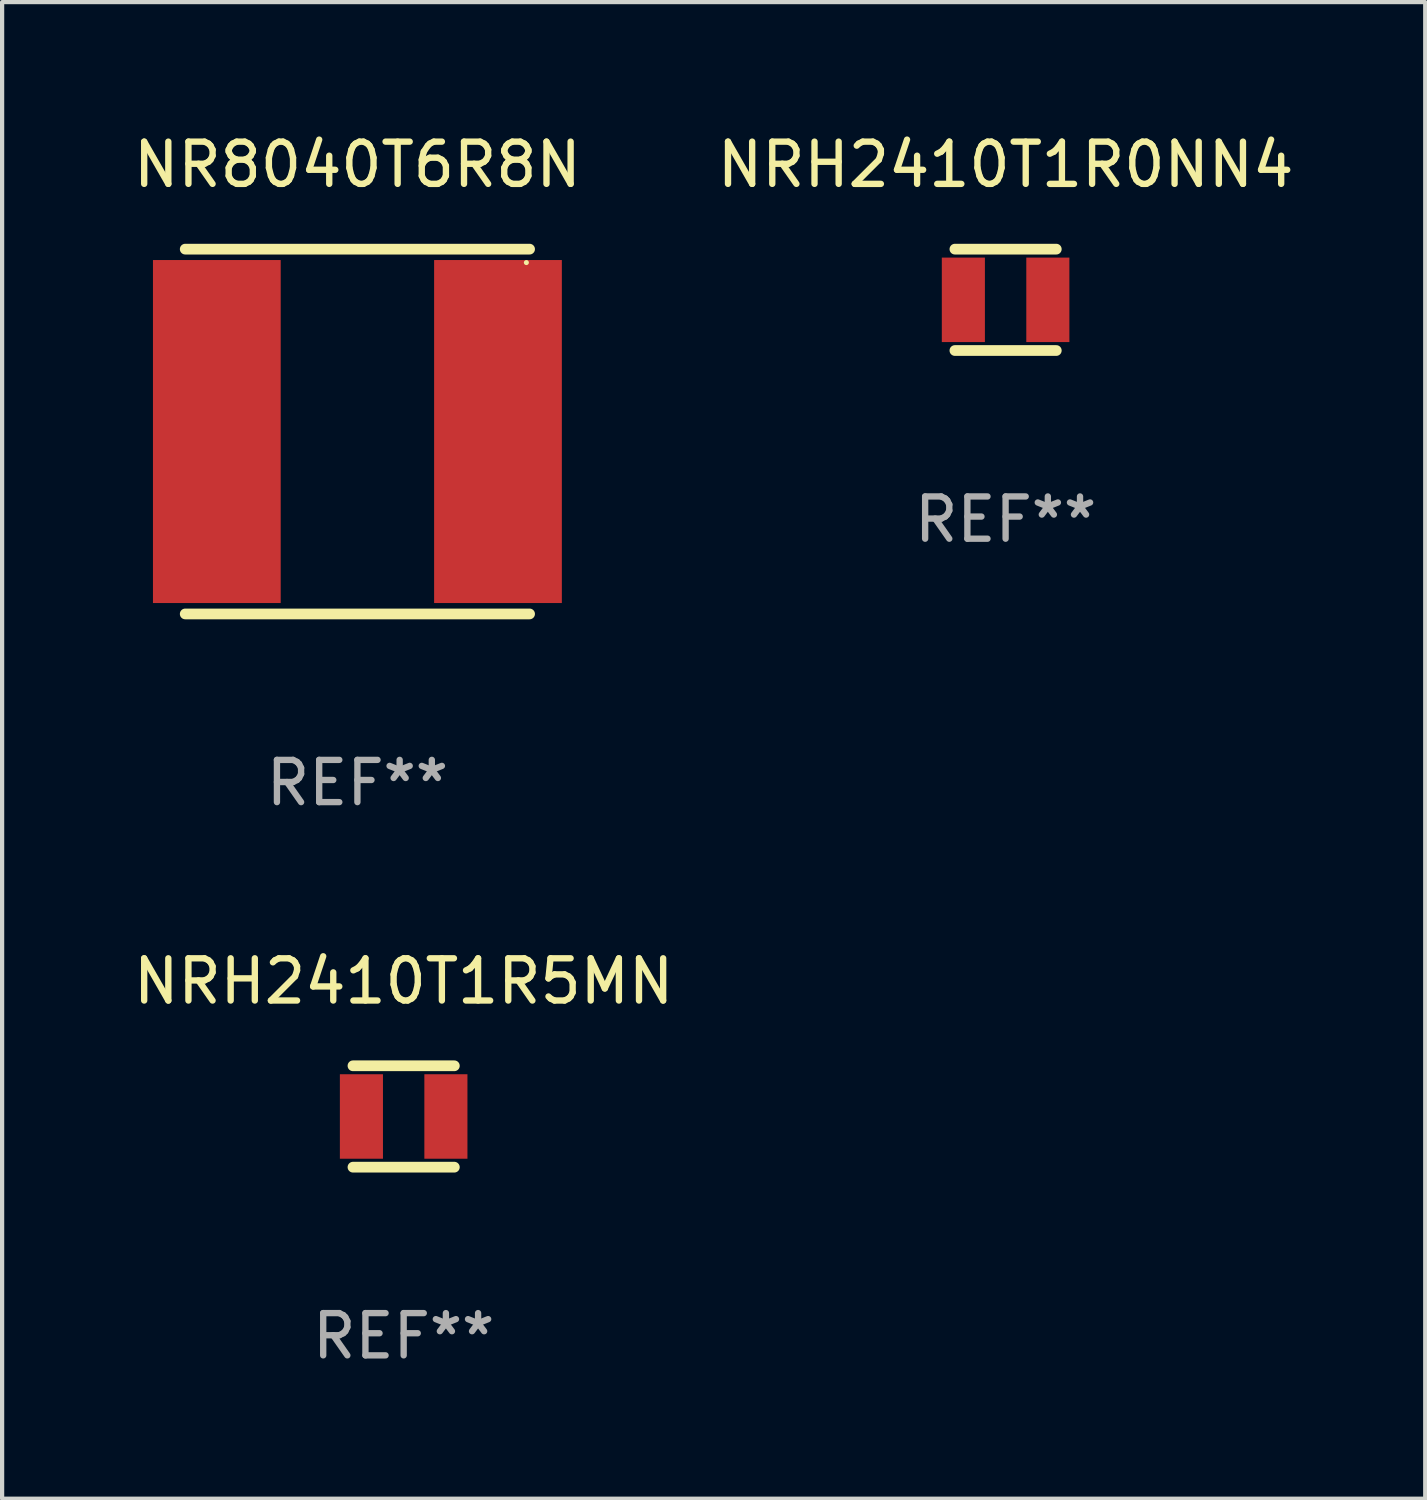
<source format=kicad_pcb>
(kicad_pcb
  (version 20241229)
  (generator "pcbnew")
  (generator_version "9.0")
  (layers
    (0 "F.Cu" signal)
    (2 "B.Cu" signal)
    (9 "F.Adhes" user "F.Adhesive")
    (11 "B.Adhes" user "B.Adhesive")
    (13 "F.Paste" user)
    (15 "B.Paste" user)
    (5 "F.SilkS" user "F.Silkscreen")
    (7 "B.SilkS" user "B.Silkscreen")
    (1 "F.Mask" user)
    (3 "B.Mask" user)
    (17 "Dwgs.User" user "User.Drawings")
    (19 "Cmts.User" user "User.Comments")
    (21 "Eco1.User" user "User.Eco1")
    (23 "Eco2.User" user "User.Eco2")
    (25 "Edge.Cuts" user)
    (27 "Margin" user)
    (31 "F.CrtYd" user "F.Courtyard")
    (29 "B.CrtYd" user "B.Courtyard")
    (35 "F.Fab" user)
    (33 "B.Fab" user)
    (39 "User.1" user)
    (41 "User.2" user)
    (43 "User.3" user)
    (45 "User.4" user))
  (footprint "NRH2410T1R5MN"
    (layer "F.Cu")
    (at 6.506 23.381)
    (property "Reference" "NRH2410T1R5MN" (at 0 -3.2 0) (layer "F.SilkS") (effects (font (size 1 1) (thickness 0.15))))
    (attr through_hole)
    (fp_line (start -1.2 -1.2) (end 1.2 -1.2) (stroke (width 0.254) (type solid)) (layer "F.SilkS"))
    (fp_line (start -1.2 1.2) (end 1.2 1.2) (stroke (width 0.254) (type solid)) (layer "F.SilkS"))
    (fp_circle (center -1.2 1.2) (end -1.17 1.2) (stroke (width 0.06) (type solid)) (fill no) (layer "F.SilkS"))
    (fp_text user "REF**" (at 0 5.2 0) (layer "F.Fab") (effects (font (size 1 1) (thickness 0.15))))
    (pad "1" smd rect (at -1 0) (size 1.02 2) (layers "F.Cu" "F.Mask" "F.Paste"))
    (pad "2" smd rect (at 1 0) (size 1.02 2) (layers "F.Cu" "F.Mask" "F.Paste")))
  (footprint "NR8040T6R8N"
    (layer "F.Cu")
    (at 5.411 7.166)
    (property "Reference" "NR8040T6R8N" (at 0 -6.318 0) (layer "F.SilkS") (effects (font (size 1 1) (thickness 0.15))))
    (attr through_hole)
    (fp_line (start -4.076 -4.318) (end 4.076 -4.318) (stroke (width 0.254) (type solid)) (layer "F.SilkS"))
    (fp_line (start -4.076 4.318) (end 4.076 4.318) (stroke (width 0.254) (type solid)) (layer "F.SilkS"))
    (fp_circle (center 4 -4) (end 4.03 -4) (stroke (width 0.06) (type solid)) (fill no) (layer "F.SilkS"))
    (fp_text user "REF**" (at 0 8.318 0) (layer "F.Fab") (effects (font (size 1 1) (thickness 0.15))))
    (pad "1" smd rect (at 3.328 0) (size 3.024 8.12) (layers "F.Cu" "F.Mask" "F.Paste"))
    (pad "2" smd rect (at -3.328 0) (size 3.024 8.12) (layers "F.Cu" "F.Mask" "F.Paste")))
  (footprint "NRH2410T1R0NN4"
    (layer "F.Cu")
    (at 20.756 4.048)
    (property "Reference" "NRH2410T1R0NN4" (at 0 -3.2 0) (layer "F.SilkS") (effects (font (size 1 1) (thickness 0.15))))
    (attr through_hole)
    (fp_line (start -1.2 -1.2) (end 1.2 -1.2) (stroke (width 0.254) (type solid)) (layer "F.SilkS"))
    (fp_line (start -1.2 1.2) (end 1.2 1.2) (stroke (width 0.254) (type solid)) (layer "F.SilkS"))
    (fp_circle (center -1.2 1.2) (end -1.17 1.2) (stroke (width 0.06) (type solid)) (fill no) (layer "F.SilkS"))
    (fp_text user "REF**" (at 0 5.2 0) (layer "F.Fab") (effects (font (size 1 1) (thickness 0.15))))
    (pad "1" smd rect (at -1 0) (size 1.02 2) (layers "F.Cu" "F.Mask" "F.Paste"))
    (pad "2" smd rect (at 1 0) (size 1.02 2) (layers "F.Cu" "F.Mask" "F.Paste")))
  (gr_rect
    (start -3 -3)
    (end 30.69 32.429)
    (stroke (width 0.1) (type default))
    (fill no)
    (layer "Edge.Cuts")))
</source>
